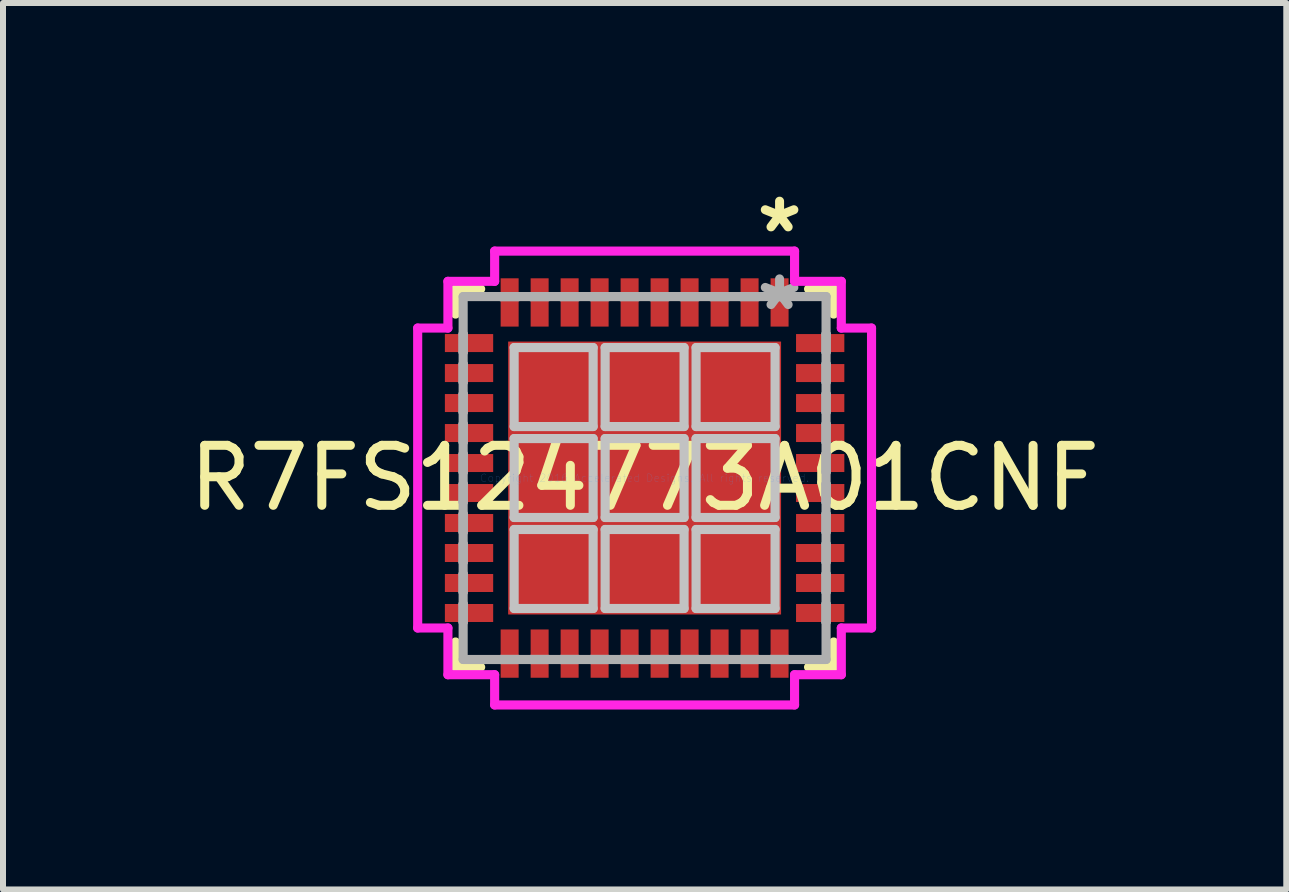
<source format=kicad_pcb>
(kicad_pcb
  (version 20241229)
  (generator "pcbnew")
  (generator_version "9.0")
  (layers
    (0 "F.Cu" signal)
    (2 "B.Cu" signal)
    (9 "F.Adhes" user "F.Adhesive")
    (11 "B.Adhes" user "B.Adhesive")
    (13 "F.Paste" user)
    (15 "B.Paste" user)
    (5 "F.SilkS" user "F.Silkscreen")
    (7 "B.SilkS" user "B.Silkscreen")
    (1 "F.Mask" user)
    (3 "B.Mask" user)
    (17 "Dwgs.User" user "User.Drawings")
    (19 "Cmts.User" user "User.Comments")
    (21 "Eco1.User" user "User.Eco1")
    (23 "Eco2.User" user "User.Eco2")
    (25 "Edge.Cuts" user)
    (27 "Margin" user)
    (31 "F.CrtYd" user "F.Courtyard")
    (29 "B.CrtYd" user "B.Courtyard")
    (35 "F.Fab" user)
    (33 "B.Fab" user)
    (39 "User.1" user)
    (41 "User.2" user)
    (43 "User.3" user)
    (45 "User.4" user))
  (footprint "R7FS124773A01CNF"
    (layer "F.Cu")
    (at 7.696 4.919)
    (property "Reference" "R7FS124773A01CNF" (at 0 0 0) (layer "F.SilkS") (effects (font (size 1 1) (thickness 0.15))))
    (attr through_hole)
    (fp_line (start -3.152 -3.152) (end -3.152 -2.733) (stroke (width 0.152) (type solid)) (layer "F.SilkS"))
    (fp_line (start -3.152 2.733) (end -3.152 3.152) (stroke (width 0.152) (type solid)) (layer "F.SilkS"))
    (fp_line (start -3.152 3.152) (end -2.733 3.152) (stroke (width 0.152) (type solid)) (layer "F.SilkS"))
    (fp_line (start -2.733 -3.152) (end -3.152 -3.152) (stroke (width 0.152) (type solid)) (layer "F.SilkS"))
    (fp_line (start 2.733 3.152) (end 3.152 3.152) (stroke (width 0.152) (type solid)) (layer "F.SilkS"))
    (fp_line (start 3.152 -3.152) (end 2.733 -3.152) (stroke (width 0.152) (type solid)) (layer "F.SilkS"))
    (fp_line (start 3.152 -2.733) (end 3.152 -3.152) (stroke (width 0.152) (type solid)) (layer "F.SilkS"))
    (fp_line (start 3.152 3.152) (end 3.152 2.733) (stroke (width 0.152) (type solid)) (layer "F.SilkS"))
    (fp_line (start -2.175 -2.175) (end -2.175 -0.858) (stroke (width 0.152) (type solid)) (layer "Dwgs.User"))
    (fp_line (start -2.175 -0.858) (end -0.858 -0.858) (stroke (width 0.152) (type solid)) (layer "Dwgs.User"))
    (fp_line (start -2.175 -0.658) (end -2.175 0.658) (stroke (width 0.152) (type solid)) (layer "Dwgs.User"))
    (fp_line (start -2.175 0.658) (end -0.858 0.658) (stroke (width 0.152) (type solid)) (layer "Dwgs.User"))
    (fp_line (start -2.175 0.858) (end -2.175 2.175) (stroke (width 0.152) (type solid)) (layer "Dwgs.User"))
    (fp_line (start -2.175 2.175) (end -0.858 2.175) (stroke (width 0.152) (type solid)) (layer "Dwgs.User"))
    (fp_line (start -0.858 -2.175) (end -2.175 -2.175) (stroke (width 0.152) (type solid)) (layer "Dwgs.User"))
    (fp_line (start -0.858 -0.858) (end -0.858 -2.175) (stroke (width 0.152) (type solid)) (layer "Dwgs.User"))
    (fp_line (start -0.858 -0.658) (end -2.175 -0.658) (stroke (width 0.152) (type solid)) (layer "Dwgs.User"))
    (fp_line (start -0.858 0.658) (end -0.858 -0.658) (stroke (width 0.152) (type solid)) (layer "Dwgs.User"))
    (fp_line (start -0.858 0.858) (end -2.175 0.858) (stroke (width 0.152) (type solid)) (layer "Dwgs.User"))
    (fp_line (start -0.858 2.175) (end -0.858 0.858) (stroke (width 0.152) (type solid)) (layer "Dwgs.User"))
    (fp_line (start -0.658 -2.175) (end -0.658 -0.858) (stroke (width 0.152) (type solid)) (layer "Dwgs.User"))
    (fp_line (start -0.658 -0.858) (end 0.658 -0.858) (stroke (width 0.152) (type solid)) (layer "Dwgs.User"))
    (fp_line (start -0.658 -0.658) (end -0.658 0.658) (stroke (width 0.152) (type solid)) (layer "Dwgs.User"))
    (fp_line (start -0.658 0.658) (end 0.658 0.658) (stroke (width 0.152) (type solid)) (layer "Dwgs.User"))
    (fp_line (start -0.658 0.858) (end -0.658 2.175) (stroke (width 0.152) (type solid)) (layer "Dwgs.User"))
    (fp_line (start -0.658 2.175) (end 0.658 2.175) (stroke (width 0.152) (type solid)) (layer "Dwgs.User"))
    (fp_line (start 0.658 -2.175) (end -0.658 -2.175) (stroke (width 0.152) (type solid)) (layer "Dwgs.User"))
    (fp_line (start 0.658 -0.858) (end 0.658 -2.175) (stroke (width 0.152) (type solid)) (layer "Dwgs.User"))
    (fp_line (start 0.658 -0.658) (end -0.658 -0.658) (stroke (width 0.152) (type solid)) (layer "Dwgs.User"))
    (fp_line (start 0.658 0.658) (end 0.658 -0.658) (stroke (width 0.152) (type solid)) (layer "Dwgs.User"))
    (fp_line (start 0.658 0.858) (end -0.658 0.858) (stroke (width 0.152) (type solid)) (layer "Dwgs.User"))
    (fp_line (start 0.658 2.175) (end 0.658 0.858) (stroke (width 0.152) (type solid)) (layer "Dwgs.User"))
    (fp_line (start 0.858 -2.175) (end 0.858 -0.858) (stroke (width 0.152) (type solid)) (layer "Dwgs.User"))
    (fp_line (start 0.858 -0.858) (end 2.175 -0.858) (stroke (width 0.152) (type solid)) (layer "Dwgs.User"))
    (fp_line (start 0.858 -0.658) (end 0.858 0.658) (stroke (width 0.152) (type solid)) (layer "Dwgs.User"))
    (fp_line (start 0.858 0.658) (end 2.175 0.658) (stroke (width 0.152) (type solid)) (layer "Dwgs.User"))
    (fp_line (start 0.858 0.858) (end 0.858 2.175) (stroke (width 0.152) (type solid)) (layer "Dwgs.User"))
    (fp_line (start 0.858 2.175) (end 2.175 2.175) (stroke (width 0.152) (type solid)) (layer "Dwgs.User"))
    (fp_line (start 2.175 -2.175) (end 0.858 -2.175) (stroke (width 0.152) (type solid)) (layer "Dwgs.User"))
    (fp_line (start 2.175 -0.858) (end 2.175 -2.175) (stroke (width 0.152) (type solid)) (layer "Dwgs.User"))
    (fp_line (start 2.175 -0.658) (end 0.858 -0.658) (stroke (width 0.152) (type solid)) (layer "Dwgs.User"))
    (fp_line (start 2.175 0.658) (end 2.175 -0.658) (stroke (width 0.152) (type solid)) (layer "Dwgs.User"))
    (fp_line (start 2.175 0.858) (end 0.858 0.858) (stroke (width 0.152) (type solid)) (layer "Dwgs.User"))
    (fp_line (start 2.175 2.175) (end 2.175 0.858) (stroke (width 0.152) (type solid)) (layer "Dwgs.User"))
    (fp_line (start -3.783 -2.5) (end -3.279 -2.5) (stroke (width 0.152) (type solid)) (layer "F.CrtYd"))
    (fp_line (start -3.783 2.5) (end -3.783 -2.5) (stroke (width 0.152) (type solid)) (layer "F.CrtYd"))
    (fp_line (start -3.279 -3.279) (end -2.5 -3.279) (stroke (width 0.152) (type solid)) (layer "F.CrtYd"))
    (fp_line (start -3.279 -2.5) (end -3.279 -3.279) (stroke (width 0.152) (type solid)) (layer "F.CrtYd"))
    (fp_line (start -3.279 2.5) (end -3.783 2.5) (stroke (width 0.152) (type solid)) (layer "F.CrtYd"))
    (fp_line (start -3.279 3.279) (end -3.279 2.5) (stroke (width 0.152) (type solid)) (layer "F.CrtYd"))
    (fp_line (start -2.5 -3.783) (end 2.5 -3.783) (stroke (width 0.152) (type solid)) (layer "F.CrtYd"))
    (fp_line (start -2.5 -3.279) (end -2.5 -3.783) (stroke (width 0.152) (type solid)) (layer "F.CrtYd"))
    (fp_line (start -2.5 3.279) (end -3.279 3.279) (stroke (width 0.152) (type solid)) (layer "F.CrtYd"))
    (fp_line (start -2.5 3.783) (end -2.5 3.279) (stroke (width 0.152) (type solid)) (layer "F.CrtYd"))
    (fp_line (start 2.5 -3.783) (end 2.5 -3.279) (stroke (width 0.152) (type solid)) (layer "F.CrtYd"))
    (fp_line (start 2.5 -3.279) (end 3.279 -3.279) (stroke (width 0.152) (type solid)) (layer "F.CrtYd"))
    (fp_line (start 2.5 3.279) (end 2.5 3.783) (stroke (width 0.152) (type solid)) (layer "F.CrtYd"))
    (fp_line (start 2.5 3.783) (end -2.5 3.783) (stroke (width 0.152) (type solid)) (layer "F.CrtYd"))
    (fp_line (start 3.279 -3.279) (end 3.279 -2.5) (stroke (width 0.152) (type solid)) (layer "F.CrtYd"))
    (fp_line (start 3.279 -2.5) (end 3.783 -2.5) (stroke (width 0.152) (type solid)) (layer "F.CrtYd"))
    (fp_line (start 3.279 2.5) (end 3.279 3.279) (stroke (width 0.152) (type solid)) (layer "F.CrtYd"))
    (fp_line (start 3.279 3.279) (end 2.5 3.279) (stroke (width 0.152) (type solid)) (layer "F.CrtYd"))
    (fp_line (start 3.783 -2.5) (end 3.783 2.5) (stroke (width 0.152) (type solid)) (layer "F.CrtYd"))
    (fp_line (start 3.783 2.5) (end 3.279 2.5) (stroke (width 0.152) (type solid)) (layer "F.CrtYd"))
    (fp_line (start -3.025 -3.025) (end -3.025 3.025) (stroke (width 0.152) (type solid)) (layer "F.Fab"))
    (fp_line (start -3.025 -2.4) (end -3.025 -2.4) (stroke (width 0.152) (type solid)) (layer "F.Fab"))
    (fp_line (start -3.025 -2.4) (end -3.025 -2.1) (stroke (width 0.152) (type solid)) (layer "F.Fab"))
    (fp_line (start -3.025 -2.1) (end -3.025 -2.4) (stroke (width 0.152) (type solid)) (layer "F.Fab"))
    (fp_line (start -3.025 -2.1) (end -3.025 -2.1) (stroke (width 0.152) (type solid)) (layer "F.Fab"))
    (fp_line (start -3.025 -1.9) (end -3.025 -1.9) (stroke (width 0.152) (type solid)) (layer "F.Fab"))
    (fp_line (start -3.025 -1.9) (end -3.025 -1.6) (stroke (width 0.152) (type solid)) (layer "F.Fab"))
    (fp_line (start -3.025 -1.6) (end -3.025 -1.9) (stroke (width 0.152) (type solid)) (layer "F.Fab"))
    (fp_line (start -3.025 -1.6) (end -3.025 -1.6) (stroke (width 0.152) (type solid)) (layer "F.Fab"))
    (fp_line (start -3.025 -1.4) (end -3.025 -1.4) (stroke (width 0.152) (type solid)) (layer "F.Fab"))
    (fp_line (start -3.025 -1.4) (end -3.025 -1.1) (stroke (width 0.152) (type solid)) (layer "F.Fab"))
    (fp_line (start -3.025 -1.1) (end -3.025 -1.4) (stroke (width 0.152) (type solid)) (layer "F.Fab"))
    (fp_line (start -3.025 -1.1) (end -3.025 -1.1) (stroke (width 0.152) (type solid)) (layer "F.Fab"))
    (fp_line (start -3.025 -0.9) (end -3.025 -0.9) (stroke (width 0.152) (type solid)) (layer "F.Fab"))
    (fp_line (start -3.025 -0.9) (end -3.025 -0.6) (stroke (width 0.152) (type solid)) (layer "F.Fab"))
    (fp_line (start -3.025 -0.6) (end -3.025 -0.9) (stroke (width 0.152) (type solid)) (layer "F.Fab"))
    (fp_line (start -3.025 -0.6) (end -3.025 -0.6) (stroke (width 0.152) (type solid)) (layer "F.Fab"))
    (fp_line (start -3.025 -0.4) (end -3.025 -0.4) (stroke (width 0.152) (type solid)) (layer "F.Fab"))
    (fp_line (start -3.025 -0.4) (end -3.025 -0.1) (stroke (width 0.152) (type solid)) (layer "F.Fab"))
    (fp_line (start -3.025 -0.1) (end -3.025 -0.4) (stroke (width 0.152) (type solid)) (layer "F.Fab"))
    (fp_line (start -3.025 -0.1) (end -3.025 -0.1) (stroke (width 0.152) (type solid)) (layer "F.Fab"))
    (fp_line (start -3.025 0.1) (end -3.025 0.1) (stroke (width 0.152) (type solid)) (layer "F.Fab"))
    (fp_line (start -3.025 0.1) (end -3.025 0.4) (stroke (width 0.152) (type solid)) (layer "F.Fab"))
    (fp_line (start -3.025 0.4) (end -3.025 0.1) (stroke (width 0.152) (type solid)) (layer "F.Fab"))
    (fp_line (start -3.025 0.4) (end -3.025 0.4) (stroke (width 0.152) (type solid)) (layer "F.Fab"))
    (fp_line (start -3.025 0.6) (end -3.025 0.6) (stroke (width 0.152) (type solid)) (layer "F.Fab"))
    (fp_line (start -3.025 0.6) (end -3.025 0.9) (stroke (width 0.152) (type solid)) (layer "F.Fab"))
    (fp_line (start -3.025 0.9) (end -3.025 0.6) (stroke (width 0.152) (type solid)) (layer "F.Fab"))
    (fp_line (start -3.025 0.9) (end -3.025 0.9) (stroke (width 0.152) (type solid)) (layer "F.Fab"))
    (fp_line (start -3.025 1.1) (end -3.025 1.1) (stroke (width 0.152) (type solid)) (layer "F.Fab"))
    (fp_line (start -3.025 1.1) (end -3.025 1.4) (stroke (width 0.152) (type solid)) (layer "F.Fab"))
    (fp_line (start -3.025 1.4) (end -3.025 1.1) (stroke (width 0.152) (type solid)) (layer "F.Fab"))
    (fp_line (start -3.025 1.4) (end -3.025 1.4) (stroke (width 0.152) (type solid)) (layer "F.Fab"))
    (fp_line (start -3.025 1.6) (end -3.025 1.6) (stroke (width 0.152) (type solid)) (layer "F.Fab"))
    (fp_line (start -3.025 1.6) (end -3.025 1.9) (stroke (width 0.152) (type solid)) (layer "F.Fab"))
    (fp_line (start -3.025 1.9) (end -3.025 1.6) (stroke (width 0.152) (type solid)) (layer "F.Fab"))
    (fp_line (start -3.025 1.9) (end -3.025 1.9) (stroke (width 0.152) (type solid)) (layer "F.Fab"))
    (fp_line (start -3.025 2.1) (end -3.025 2.1) (stroke (width 0.152) (type solid)) (layer "F.Fab"))
    (fp_line (start -3.025 2.1) (end -3.025 2.4) (stroke (width 0.152) (type solid)) (layer "F.Fab"))
    (fp_line (start -3.025 2.4) (end -3.025 2.1) (stroke (width 0.152) (type solid)) (layer "F.Fab"))
    (fp_line (start -3.025 2.4) (end -3.025 2.4) (stroke (width 0.152) (type solid)) (layer "F.Fab"))
    (fp_line (start -3.025 3.025) (end 3.025 3.025) (stroke (width 0.152) (type solid)) (layer "F.Fab"))
    (fp_line (start -2.4 -3.025) (end -2.4 -3.025) (stroke (width 0.152) (type solid)) (layer "F.Fab"))
    (fp_line (start -2.4 -3.025) (end -2.1 -3.025) (stroke (width 0.152) (type solid)) (layer "F.Fab"))
    (fp_line (start -2.4 3.025) (end -2.4 3.025) (stroke (width 0.152) (type solid)) (layer "F.Fab"))
    (fp_line (start -2.4 3.025) (end -2.1 3.025) (stroke (width 0.152) (type solid)) (layer "F.Fab"))
    (fp_line (start -2.1 -3.025) (end -2.4 -3.025) (stroke (width 0.152) (type solid)) (layer "F.Fab"))
    (fp_line (start -2.1 -3.025) (end -2.1 -3.025) (stroke (width 0.152) (type solid)) (layer "F.Fab"))
    (fp_line (start -2.1 3.025) (end -2.4 3.025) (stroke (width 0.152) (type solid)) (layer "F.Fab"))
    (fp_line (start -2.1 3.025) (end -2.1 3.025) (stroke (width 0.152) (type solid)) (layer "F.Fab"))
    (fp_line (start -1.9 -3.025) (end -1.9 -3.025) (stroke (width 0.152) (type solid)) (layer "F.Fab"))
    (fp_line (start -1.9 -3.025) (end -1.6 -3.025) (stroke (width 0.152) (type solid)) (layer "F.Fab"))
    (fp_line (start -1.9 3.025) (end -1.9 3.025) (stroke (width 0.152) (type solid)) (layer "F.Fab"))
    (fp_line (start -1.9 3.025) (end -1.6 3.025) (stroke (width 0.152) (type solid)) (layer "F.Fab"))
    (fp_line (start -1.6 -3.025) (end -1.9 -3.025) (stroke (width 0.152) (type solid)) (layer "F.Fab"))
    (fp_line (start -1.6 -3.025) (end -1.6 -3.025) (stroke (width 0.152) (type solid)) (layer "F.Fab"))
    (fp_line (start -1.6 3.025) (end -1.9 3.025) (stroke (width 0.152) (type solid)) (layer "F.Fab"))
    (fp_line (start -1.6 3.025) (end -1.6 3.025) (stroke (width 0.152) (type solid)) (layer "F.Fab"))
    (fp_line (start -1.4 -3.025) (end -1.4 -3.025) (stroke (width 0.152) (type solid)) (layer "F.Fab"))
    (fp_line (start -1.4 -3.025) (end -1.1 -3.025) (stroke (width 0.152) (type solid)) (layer "F.Fab"))
    (fp_line (start -1.4 3.025) (end -1.4 3.025) (stroke (width 0.152) (type solid)) (layer "F.Fab"))
    (fp_line (start -1.4 3.025) (end -1.1 3.025) (stroke (width 0.152) (type solid)) (layer "F.Fab"))
    (fp_line (start -1.1 -3.025) (end -1.4 -3.025) (stroke (width 0.152) (type solid)) (layer "F.Fab"))
    (fp_line (start -1.1 -3.025) (end -1.1 -3.025) (stroke (width 0.152) (type solid)) (layer "F.Fab"))
    (fp_line (start -1.1 3.025) (end -1.4 3.025) (stroke (width 0.152) (type solid)) (layer "F.Fab"))
    (fp_line (start -1.1 3.025) (end -1.1 3.025) (stroke (width 0.152) (type solid)) (layer "F.Fab"))
    (fp_line (start -0.9 -3.025) (end -0.9 -3.025) (stroke (width 0.152) (type solid)) (layer "F.Fab"))
    (fp_line (start -0.9 -3.025) (end -0.6 -3.025) (stroke (width 0.152) (type solid)) (layer "F.Fab"))
    (fp_line (start -0.9 3.025) (end -0.9 3.025) (stroke (width 0.152) (type solid)) (layer "F.Fab"))
    (fp_line (start -0.9 3.025) (end -0.6 3.025) (stroke (width 0.152) (type solid)) (layer "F.Fab"))
    (fp_line (start -0.6 -3.025) (end -0.9 -3.025) (stroke (width 0.152) (type solid)) (layer "F.Fab"))
    (fp_line (start -0.6 -3.025) (end -0.6 -3.025) (stroke (width 0.152) (type solid)) (layer "F.Fab"))
    (fp_line (start -0.6 3.025) (end -0.9 3.025) (stroke (width 0.152) (type solid)) (layer "F.Fab"))
    (fp_line (start -0.6 3.025) (end -0.6 3.025) (stroke (width 0.152) (type solid)) (layer "F.Fab"))
    (fp_line (start -0.4 -3.025) (end -0.4 -3.025) (stroke (width 0.152) (type solid)) (layer "F.Fab"))
    (fp_line (start -0.4 -3.025) (end -0.1 -3.025) (stroke (width 0.152) (type solid)) (layer "F.Fab"))
    (fp_line (start -0.4 3.025) (end -0.4 3.025) (stroke (width 0.152) (type solid)) (layer "F.Fab"))
    (fp_line (start -0.4 3.025) (end -0.1 3.025) (stroke (width 0.152) (type solid)) (layer "F.Fab"))
    (fp_line (start -0.1 -3.025) (end -0.4 -3.025) (stroke (width 0.152) (type solid)) (layer "F.Fab"))
    (fp_line (start -0.1 -3.025) (end -0.1 -3.025) (stroke (width 0.152) (type solid)) (layer "F.Fab"))
    (fp_line (start -0.1 3.025) (end -0.4 3.025) (stroke (width 0.152) (type solid)) (layer "F.Fab"))
    (fp_line (start -0.1 3.025) (end -0.1 3.025) (stroke (width 0.152) (type solid)) (layer "F.Fab"))
    (fp_line (start 0.1 -3.025) (end 0.1 -3.025) (stroke (width 0.152) (type solid)) (layer "F.Fab"))
    (fp_line (start 0.1 -3.025) (end 0.4 -3.025) (stroke (width 0.152) (type solid)) (layer "F.Fab"))
    (fp_line (start 0.1 3.025) (end 0.1 3.025) (stroke (width 0.152) (type solid)) (layer "F.Fab"))
    (fp_line (start 0.1 3.025) (end 0.4 3.025) (stroke (width 0.152) (type solid)) (layer "F.Fab"))
    (fp_line (start 0.4 -3.025) (end 0.1 -3.025) (stroke (width 0.152) (type solid)) (layer "F.Fab"))
    (fp_line (start 0.4 -3.025) (end 0.4 -3.025) (stroke (width 0.152) (type solid)) (layer "F.Fab"))
    (fp_line (start 0.4 3.025) (end 0.1 3.025) (stroke (width 0.152) (type solid)) (layer "F.Fab"))
    (fp_line (start 0.4 3.025) (end 0.4 3.025) (stroke (width 0.152) (type solid)) (layer "F.Fab"))
    (fp_line (start 0.6 -3.025) (end 0.6 -3.025) (stroke (width 0.152) (type solid)) (layer "F.Fab"))
    (fp_line (start 0.6 -3.025) (end 0.9 -3.025) (stroke (width 0.152) (type solid)) (layer "F.Fab"))
    (fp_line (start 0.6 3.025) (end 0.6 3.025) (stroke (width 0.152) (type solid)) (layer "F.Fab"))
    (fp_line (start 0.6 3.025) (end 0.9 3.025) (stroke (width 0.152) (type solid)) (layer "F.Fab"))
    (fp_line (start 0.9 -3.025) (end 0.6 -3.025) (stroke (width 0.152) (type solid)) (layer "F.Fab"))
    (fp_line (start 0.9 -3.025) (end 0.9 -3.025) (stroke (width 0.152) (type solid)) (layer "F.Fab"))
    (fp_line (start 0.9 3.025) (end 0.6 3.025) (stroke (width 0.152) (type solid)) (layer "F.Fab"))
    (fp_line (start 0.9 3.025) (end 0.9 3.025) (stroke (width 0.152) (type solid)) (layer "F.Fab"))
    (fp_line (start 1.1 -3.025) (end 1.1 -3.025) (stroke (width 0.152) (type solid)) (layer "F.Fab"))
    (fp_line (start 1.1 -3.025) (end 1.4 -3.025) (stroke (width 0.152) (type solid)) (layer "F.Fab"))
    (fp_line (start 1.1 3.025) (end 1.1 3.025) (stroke (width 0.152) (type solid)) (layer "F.Fab"))
    (fp_line (start 1.1 3.025) (end 1.4 3.025) (stroke (width 0.152) (type solid)) (layer "F.Fab"))
    (fp_line (start 1.4 -3.025) (end 1.1 -3.025) (stroke (width 0.152) (type solid)) (layer "F.Fab"))
    (fp_line (start 1.4 -3.025) (end 1.4 -3.025) (stroke (width 0.152) (type solid)) (layer "F.Fab"))
    (fp_line (start 1.4 3.025) (end 1.1 3.025) (stroke (width 0.152) (type solid)) (layer "F.Fab"))
    (fp_line (start 1.4 3.025) (end 1.4 3.025) (stroke (width 0.152) (type solid)) (layer "F.Fab"))
    (fp_line (start 1.6 -3.025) (end 1.6 -3.025) (stroke (width 0.152) (type solid)) (layer "F.Fab"))
    (fp_line (start 1.6 -3.025) (end 1.9 -3.025) (stroke (width 0.152) (type solid)) (layer "F.Fab"))
    (fp_line (start 1.6 3.025) (end 1.6 3.025) (stroke (width 0.152) (type solid)) (layer "F.Fab"))
    (fp_line (start 1.6 3.025) (end 1.9 3.025) (stroke (width 0.152) (type solid)) (layer "F.Fab"))
    (fp_line (start 1.9 -3.025) (end 1.6 -3.025) (stroke (width 0.152) (type solid)) (layer "F.Fab"))
    (fp_line (start 1.9 -3.025) (end 1.9 -3.025) (stroke (width 0.152) (type solid)) (layer "F.Fab"))
    (fp_line (start 1.9 3.025) (end 1.6 3.025) (stroke (width 0.152) (type solid)) (layer "F.Fab"))
    (fp_line (start 1.9 3.025) (end 1.9 3.025) (stroke (width 0.152) (type solid)) (layer "F.Fab"))
    (fp_line (start 2.1 -3.025) (end 2.1 -3.025) (stroke (width 0.152) (type solid)) (layer "F.Fab"))
    (fp_line (start 2.1 -3.025) (end 2.4 -3.025) (stroke (width 0.152) (type solid)) (layer "F.Fab"))
    (fp_line (start 2.1 3.025) (end 2.1 3.025) (stroke (width 0.152) (type solid)) (layer "F.Fab"))
    (fp_line (start 2.1 3.025) (end 2.4 3.025) (stroke (width 0.152) (type solid)) (layer "F.Fab"))
    (fp_line (start 2.4 -3.025) (end 2.1 -3.025) (stroke (width 0.152) (type solid)) (layer "F.Fab"))
    (fp_line (start 2.4 -3.025) (end 2.4 -3.025) (stroke (width 0.152) (type solid)) (layer "F.Fab"))
    (fp_line (start 2.4 3.025) (end 2.1 3.025) (stroke (width 0.152) (type solid)) (layer "F.Fab"))
    (fp_line (start 2.4 3.025) (end 2.4 3.025) (stroke (width 0.152) (type solid)) (layer "F.Fab"))
    (fp_line (start 3.025 -3.025) (end -3.025 -3.025) (stroke (width 0.152) (type solid)) (layer "F.Fab"))
    (fp_line (start 3.025 -2.4) (end 3.025 -2.4) (stroke (width 0.152) (type solid)) (layer "F.Fab"))
    (fp_line (start 3.025 -2.4) (end 3.025 -2.1) (stroke (width 0.152) (type solid)) (layer "F.Fab"))
    (fp_line (start 3.025 -2.1) (end 3.025 -2.4) (stroke (width 0.152) (type solid)) (layer "F.Fab"))
    (fp_line (start 3.025 -2.1) (end 3.025 -2.1) (stroke (width 0.152) (type solid)) (layer "F.Fab"))
    (fp_line (start 3.025 -1.9) (end 3.025 -1.9) (stroke (width 0.152) (type solid)) (layer "F.Fab"))
    (fp_line (start 3.025 -1.9) (end 3.025 -1.6) (stroke (width 0.152) (type solid)) (layer "F.Fab"))
    (fp_line (start 3.025 -1.6) (end 3.025 -1.9) (stroke (width 0.152) (type solid)) (layer "F.Fab"))
    (fp_line (start 3.025 -1.6) (end 3.025 -1.6) (stroke (width 0.152) (type solid)) (layer "F.Fab"))
    (fp_line (start 3.025 -1.4) (end 3.025 -1.4) (stroke (width 0.152) (type solid)) (layer "F.Fab"))
    (fp_line (start 3.025 -1.4) (end 3.025 -1.1) (stroke (width 0.152) (type solid)) (layer "F.Fab"))
    (fp_line (start 3.025 -1.1) (end 3.025 -1.4) (stroke (width 0.152) (type solid)) (layer "F.Fab"))
    (fp_line (start 3.025 -1.1) (end 3.025 -1.1) (stroke (width 0.152) (type solid)) (layer "F.Fab"))
    (fp_line (start 3.025 -0.9) (end 3.025 -0.9) (stroke (width 0.152) (type solid)) (layer "F.Fab"))
    (fp_line (start 3.025 -0.9) (end 3.025 -0.6) (stroke (width 0.152) (type solid)) (layer "F.Fab"))
    (fp_line (start 3.025 -0.6) (end 3.025 -0.9) (stroke (width 0.152) (type solid)) (layer "F.Fab"))
    (fp_line (start 3.025 -0.6) (end 3.025 -0.6) (stroke (width 0.152) (type solid)) (layer "F.Fab"))
    (fp_line (start 3.025 -0.4) (end 3.025 -0.4) (stroke (width 0.152) (type solid)) (layer "F.Fab"))
    (fp_line (start 3.025 -0.4) (end 3.025 -0.1) (stroke (width 0.152) (type solid)) (layer "F.Fab"))
    (fp_line (start 3.025 -0.1) (end 3.025 -0.4) (stroke (width 0.152) (type solid)) (layer "F.Fab"))
    (fp_line (start 3.025 -0.1) (end 3.025 -0.1) (stroke (width 0.152) (type solid)) (layer "F.Fab"))
    (fp_line (start 3.025 0.1) (end 3.025 0.1) (stroke (width 0.152) (type solid)) (layer "F.Fab"))
    (fp_line (start 3.025 0.1) (end 3.025 0.4) (stroke (width 0.152) (type solid)) (layer "F.Fab"))
    (fp_line (start 3.025 0.4) (end 3.025 0.1) (stroke (width 0.152) (type solid)) (layer "F.Fab"))
    (fp_line (start 3.025 0.4) (end 3.025 0.4) (stroke (width 0.152) (type solid)) (layer "F.Fab"))
    (fp_line (start 3.025 0.6) (end 3.025 0.6) (stroke (width 0.152) (type solid)) (layer "F.Fab"))
    (fp_line (start 3.025 0.6) (end 3.025 0.9) (stroke (width 0.152) (type solid)) (layer "F.Fab"))
    (fp_line (start 3.025 0.9) (end 3.025 0.6) (stroke (width 0.152) (type solid)) (layer "F.Fab"))
    (fp_line (start 3.025 0.9) (end 3.025 0.9) (stroke (width 0.152) (type solid)) (layer "F.Fab"))
    (fp_line (start 3.025 1.1) (end 3.025 1.1) (stroke (width 0.152) (type solid)) (layer "F.Fab"))
    (fp_line (start 3.025 1.1) (end 3.025 1.4) (stroke (width 0.152) (type solid)) (layer "F.Fab"))
    (fp_line (start 3.025 1.4) (end 3.025 1.1) (stroke (width 0.152) (type solid)) (layer "F.Fab"))
    (fp_line (start 3.025 1.4) (end 3.025 1.4) (stroke (width 0.152) (type solid)) (layer "F.Fab"))
    (fp_line (start 3.025 1.6) (end 3.025 1.6) (stroke (width 0.152) (type solid)) (layer "F.Fab"))
    (fp_line (start 3.025 1.6) (end 3.025 1.9) (stroke (width 0.152) (type solid)) (layer "F.Fab"))
    (fp_line (start 3.025 1.9) (end 3.025 1.6) (stroke (width 0.152) (type solid)) (layer "F.Fab"))
    (fp_line (start 3.025 1.9) (end 3.025 1.9) (stroke (width 0.152) (type solid)) (layer "F.Fab"))
    (fp_line (start 3.025 2.1) (end 3.025 2.1) (stroke (width 0.152) (type solid)) (layer "F.Fab"))
    (fp_line (start 3.025 2.1) (end 3.025 2.4) (stroke (width 0.152) (type solid)) (layer "F.Fab"))
    (fp_line (start 3.025 2.4) (end 3.025 2.1) (stroke (width 0.152) (type solid)) (layer "F.Fab"))
    (fp_line (start 3.025 2.4) (end 3.025 2.4) (stroke (width 0.152) (type solid)) (layer "F.Fab"))
    (fp_line (start 3.025 3.025) (end 3.025 -3.025) (stroke (width 0.152) (type solid)) (layer "F.Fab"))
    (fp_text user "*" (at 2.25 -4.07 0) (layer "F.SilkS") (effects (font (size 1 1) (thickness 0.15))))
    (fp_text user "Copyright 2016 Accelerated Designs. All rights reserved." (at 0 0 0) (layer "Cmts.User") (effects (font (size 0.127 0.127) (thickness 0.002))))
    (fp_text user "*" (at 2.25 -2.775 0) (layer "F.Fab") (effects (font (size 1 1) (thickness 0.15))))
    (pad "1" smd rect (at 2.25 -2.927) (size 0.3 0.805) (layers "F.Cu" "F.Mask" "F.Paste"))
    (pad "2" smd rect (at 1.75 -2.927) (size 0.3 0.805) (layers "F.Cu" "F.Mask" "F.Paste"))
    (pad "3" smd rect (at 1.25 -2.927) (size 0.3 0.805) (layers "F.Cu" "F.Mask" "F.Paste"))
    (pad "4" smd rect (at 0.75 -2.927) (size 0.3 0.805) (layers "F.Cu" "F.Mask" "F.Paste"))
    (pad "5" smd rect (at 0.25 -2.927) (size 0.3 0.805) (layers "F.Cu" "F.Mask" "F.Paste"))
    (pad "6" smd rect (at -0.25 -2.927) (size 0.3 0.805) (layers "F.Cu" "F.Mask" "F.Paste"))
    (pad "7" smd rect (at -0.75 -2.927) (size 0.3 0.805) (layers "F.Cu" "F.Mask" "F.Paste"))
    (pad "8" smd rect (at -1.25 -2.927) (size 0.3 0.805) (layers "F.Cu" "F.Mask" "F.Paste"))
    (pad "9" smd rect (at -1.75 -2.927) (size 0.3 0.805) (layers "F.Cu" "F.Mask" "F.Paste"))
    (pad "10" smd rect (at -2.25 -2.927) (size 0.3 0.805) (layers "F.Cu" "F.Mask" "F.Paste"))
    (pad "11" smd rect (at -2.927 -2.25 90) (size 0.3 0.805) (layers "F.Cu" "F.Mask" "F.Paste"))
    (pad "12" smd rect (at -2.927 -1.75 90) (size 0.3 0.805) (layers "F.Cu" "F.Mask" "F.Paste"))
    (pad "13" smd rect (at -2.927 -1.25 90) (size 0.3 0.805) (layers "F.Cu" "F.Mask" "F.Paste"))
    (pad "14" smd rect (at -2.927 -0.75 90) (size 0.3 0.805) (layers "F.Cu" "F.Mask" "F.Paste"))
    (pad "15" smd rect (at -2.927 -0.25 90) (size 0.3 0.805) (layers "F.Cu" "F.Mask" "F.Paste"))
    (pad "16" smd rect (at -2.927 0.25 90) (size 0.3 0.805) (layers "F.Cu" "F.Mask" "F.Paste"))
    (pad "17" smd rect (at -2.927 0.75 90) (size 0.3 0.805) (layers "F.Cu" "F.Mask" "F.Paste"))
    (pad "18" smd rect (at -2.927 1.25 90) (size 0.3 0.805) (layers "F.Cu" "F.Mask" "F.Paste"))
    (pad "19" smd rect (at -2.927 1.75 90) (size 0.3 0.805) (layers "F.Cu" "F.Mask" "F.Paste"))
    (pad "20" smd rect (at -2.927 2.25 90) (size 0.3 0.805) (layers "F.Cu" "F.Mask" "F.Paste"))
    (pad "21" smd rect (at -2.25 2.927) (size 0.3 0.805) (layers "F.Cu" "F.Mask" "F.Paste"))
    (pad "22" smd rect (at -1.75 2.927) (size 0.3 0.805) (layers "F.Cu" "F.Mask" "F.Paste"))
    (pad "23" smd rect (at -1.25 2.927) (size 0.3 0.805) (layers "F.Cu" "F.Mask" "F.Paste"))
    (pad "24" smd rect (at -0.75 2.927) (size 0.3 0.805) (layers "F.Cu" "F.Mask" "F.Paste"))
    (pad "25" smd rect (at -0.25 2.927) (size 0.3 0.805) (layers "F.Cu" "F.Mask" "F.Paste"))
    (pad "26" smd rect (at 0.25 2.927) (size 0.3 0.805) (layers "F.Cu" "F.Mask" "F.Paste"))
    (pad "27" smd rect (at 0.75 2.927) (size 0.3 0.805) (layers "F.Cu" "F.Mask" "F.Paste"))
    (pad "28" smd rect (at 1.25 2.927) (size 0.3 0.805) (layers "F.Cu" "F.Mask" "F.Paste"))
    (pad "29" smd rect (at 1.75 2.927) (size 0.3 0.805) (layers "F.Cu" "F.Mask" "F.Paste"))
    (pad "30" smd rect (at 2.25 2.927) (size 0.3 0.805) (layers "F.Cu" "F.Mask" "F.Paste"))
    (pad "31" smd rect (at 2.927 2.25 90) (size 0.3 0.805) (layers "F.Cu" "F.Mask" "F.Paste"))
    (pad "32" smd rect (at 2.927 1.75 90) (size 0.3 0.805) (layers "F.Cu" "F.Mask" "F.Paste"))
    (pad "33" smd rect (at 2.927 1.25 90) (size 0.3 0.805) (layers "F.Cu" "F.Mask" "F.Paste"))
    (pad "34" smd rect (at 2.927 0.75 90) (size 0.3 0.805) (layers "F.Cu" "F.Mask" "F.Paste"))
    (pad "35" smd rect (at 2.927 0.25 90) (size 0.3 0.805) (layers "F.Cu" "F.Mask" "F.Paste"))
    (pad "36" smd rect (at 2.927 -0.25 90) (size 0.3 0.805) (layers "F.Cu" "F.Mask" "F.Paste"))
    (pad "37" smd rect (at 2.927 -0.75 90) (size 0.3 0.805) (layers "F.Cu" "F.Mask" "F.Paste"))
    (pad "38" smd rect (at 2.927 -1.25 90) (size 0.3 0.805) (layers "F.Cu" "F.Mask" "F.Paste"))
    (pad "39" smd rect (at 2.927 -1.75 90) (size 0.3 0.805) (layers "F.Cu" "F.Mask" "F.Paste"))
    (pad "40" smd rect (at 2.927 -2.25 90) (size 0.3 0.805) (layers "F.Cu" "F.Mask" "F.Paste"))
    (pad "HTAB" smd rect (at 0 0) (size 4.55 4.55) (layers "F.Cu" "F.Mask" "F.Paste")))
  (gr_rect
    (start -3 -3)
    (end 18.393 11.778)
    (stroke (width 0.1) (type default))
    (fill no)
    (layer "Edge.Cuts")))
</source>
